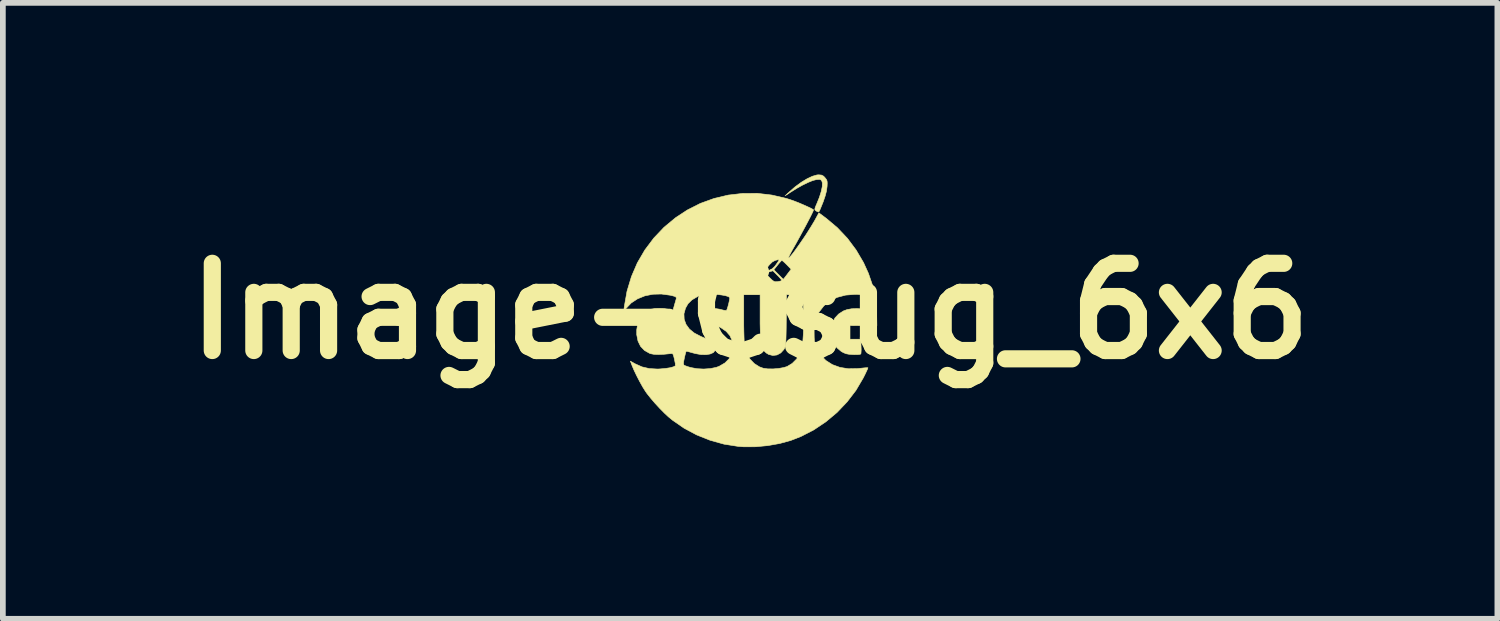
<source format=kicad_pcb>
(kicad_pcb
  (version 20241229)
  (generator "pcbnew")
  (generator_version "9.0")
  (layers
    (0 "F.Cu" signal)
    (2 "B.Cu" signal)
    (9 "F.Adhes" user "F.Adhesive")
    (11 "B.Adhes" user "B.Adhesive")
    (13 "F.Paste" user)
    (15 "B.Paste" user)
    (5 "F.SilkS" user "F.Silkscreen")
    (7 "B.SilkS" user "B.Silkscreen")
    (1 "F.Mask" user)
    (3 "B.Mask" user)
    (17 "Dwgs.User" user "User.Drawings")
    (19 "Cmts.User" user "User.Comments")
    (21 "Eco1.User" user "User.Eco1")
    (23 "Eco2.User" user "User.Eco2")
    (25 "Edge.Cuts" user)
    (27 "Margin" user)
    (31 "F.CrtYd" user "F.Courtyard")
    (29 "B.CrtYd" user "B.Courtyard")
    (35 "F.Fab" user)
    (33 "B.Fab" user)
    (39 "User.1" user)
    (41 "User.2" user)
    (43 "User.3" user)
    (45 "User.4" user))
  (footprint "Image-Csug_6x6"
    (layer "F.Cu")
    (at 10.058 2.386)
    (property "Reference" "Image-Csug_6x6" (at 0 0 0) (layer "F.SilkS") (effects (font (size 1.524 1.524) (thickness 0.3))))
    (attr through_hole)
    (fp_poly (pts (xy 1.25 -2.376) (xy 1.285 -2.357) (xy 1.31 -2.33) (xy 1.333 -2.301) (xy 1.345 -2.273) (xy 1.348 -2.238) (xy 1.346 -2.184) (xy 1.344 -2.167) (xy 1.334 -2.095) (xy 1.312 -2.011) (xy 1.278 -1.911) (xy 1.229 -1.79) (xy 1.212 -1.75) (xy 1.197 -1.732) (xy 1.173 -1.738) (xy 1.151 -1.752) (xy 1.135 -1.766) (xy 1.131 -1.781) (xy 1.137 -1.807) (xy 1.155 -1.852) (xy 1.162 -1.867) (xy 1.21 -1.985) (xy 1.243 -2.089) (xy 1.261 -2.174) (xy 1.263 -2.239) (xy 1.254 -2.27) (xy 1.239 -2.291) (xy 1.217 -2.3) (xy 1.179 -2.299) (xy 1.156 -2.297) (xy 1.094 -2.281) (xy 1.013 -2.248) (xy 0.916 -2.201) (xy 0.809 -2.141) (xy 0.706 -2.076) (xy 0.611 -2.014) (xy 0.683 -2.081) (xy 0.788 -2.172) (xy 0.894 -2.25) (xy 0.996 -2.312) (xy 1.089 -2.356) (xy 1.169 -2.379) (xy 1.201 -2.381) (xy 1.25 -2.376)) (stroke (width 0.01) (type solid)) (fill yes) (layer "F.SilkS"))
    (fp_poly (pts (xy 0.383 -2.027) (xy 0.635 -1.968) (xy 0.704 -1.946) (xy 0.772 -1.922) (xy 0.847 -1.893) (xy 0.924 -1.86) (xy 0.996 -1.828) (xy 1.056 -1.8) (xy 1.097 -1.778) (xy 1.109 -1.769) (xy 1.104 -1.753) (xy 1.086 -1.714) (xy 1.057 -1.655) (xy 1.018 -1.58) (xy 0.973 -1.494) (xy 0.922 -1.4) (xy 0.869 -1.302) (xy 0.815 -1.204) (xy 0.763 -1.111) (xy 0.742 -1.075) (xy 0.71 -1.016) (xy 0.685 -0.968) (xy 0.672 -0.936) (xy 0.671 -0.927) (xy 0.684 -0.934) (xy 0.712 -0.965) (xy 0.752 -1.014) (xy 0.8 -1.079) (xy 0.854 -1.155) (xy 0.912 -1.239) (xy 0.971 -1.326) (xy 1.027 -1.414) (xy 1.079 -1.498) (xy 1.124 -1.573) (xy 1.143 -1.608) (xy 1.202 -1.716) (xy 1.335 -1.617) (xy 1.526 -1.456) (xy 1.7 -1.272) (xy 1.853 -1.067) (xy 1.982 -0.848) (xy 2.068 -0.659) (xy 2.139 -0.452) (xy 2.185 -0.253) (xy 2.208 -0.053) (xy 2.212 0.045) (xy 2.215 0.257) (xy 1.98 0.255) (xy 1.746 0.253) (xy 1.746 0.492) (xy 1.934 0.492) (xy 1.939 0.613) (xy 1.941 0.673) (xy 1.939 0.721) (xy 1.936 0.748) (xy 1.935 0.75) (xy 1.914 0.757) (xy 1.869 0.761) (xy 1.805 0.76) (xy 1.799 0.76) (xy 1.728 0.755) (xy 1.676 0.745) (xy 1.632 0.727) (xy 1.594 0.706) (xy 1.518 0.641) (xy 1.462 0.556) (xy 1.43 0.455) (xy 1.421 0.343) (xy 1.437 0.225) (xy 1.443 0.203) (xy 1.482 0.122) (xy 1.547 0.052) (xy 1.631 -0.002) (xy 1.693 -0.025) (xy 1.773 -0.04) (xy 1.867 -0.044) (xy 1.96 -0.037) (xy 2.041 -0.021) (xy 2.057 -0.016) (xy 2.094 -0.006) (xy 2.12 -0.006) (xy 2.132 -0.024) (xy 2.146 -0.064) (xy 2.159 -0.115) (xy 2.169 -0.166) (xy 2.173 -0.208) (xy 2.17 -0.227) (xy 2.149 -0.244) (xy 2.103 -0.26) (xy 2.038 -0.275) (xy 1.961 -0.285) (xy 1.88 -0.291) (xy 1.834 -0.292) (xy 1.669 -0.279) (xy 1.522 -0.24) (xy 1.395 -0.178) (xy 1.289 -0.091) (xy 1.203 0.019) (xy 1.17 0.078) (xy 1.149 0.124) (xy 1.134 0.162) (xy 1.125 0.201) (xy 1.121 0.249) (xy 1.119 0.314) (xy 1.119 0.373) (xy 1.12 0.457) (xy 1.123 0.518) (xy 1.129 0.563) (xy 1.139 0.601) (xy 1.155 0.641) (xy 1.16 0.652) (xy 1.232 0.769) (xy 1.325 0.864) (xy 1.438 0.936) (xy 1.57 0.984) (xy 1.717 1.008) (xy 1.88 1.005) (xy 1.922 1.001) (xy 1.983 0.994) (xy 2.03 0.99) (xy 2.057 0.99) (xy 2.059 0.99) (xy 2.055 1.006) (xy 2.038 1.044) (xy 2.012 1.099) (xy 1.979 1.165) (xy 1.977 1.169) (xy 1.85 1.385) (xy 1.696 1.586) (xy 1.52 1.771) (xy 1.324 1.935) (xy 1.112 2.077) (xy 0.888 2.192) (xy 0.711 2.261) (xy 0.518 2.314) (xy 0.31 2.351) (xy 0.097 2.371) (xy -0.109 2.372) (xy -0.206 2.365) (xy -0.454 2.326) (xy -0.698 2.258) (xy -0.932 2.165) (xy -1.153 2.047) (xy -1.354 1.908) (xy -1.425 1.85) (xy -1.498 1.782) (xy -1.58 1.699) (xy -1.662 1.61) (xy -1.738 1.521) (xy -1.801 1.442) (xy -1.827 1.405) (xy -1.876 1.327) (xy -1.929 1.232) (xy -1.982 1.13) (xy -2.028 1.034) (xy -2.062 0.954) (xy -2.092 0.875) (xy -2.01 0.921) (xy -1.89 0.975) (xy -1.762 1.005) (xy -1.618 1.013) (xy -1.572 1.011) (xy -1.475 1.002) (xy -1.397 0.99) (xy -1.339 0.974) (xy -1.308 0.957) (xy -1.303 0.946) (xy -1.305 0.93) (xy -1.164 0.93) (xy -1.159 0.942) (xy -1.137 0.954) (xy -1.093 0.97) (xy -1.037 0.987) (xy -1.036 0.987) (xy -0.928 1.007) (xy -0.811 1.013) (xy -0.695 1.005) (xy -0.592 0.984) (xy -0.54 0.965) (xy -0.439 0.906) (xy -0.367 0.834) (xy -0.322 0.746) (xy -0.303 0.642) (xy -0.302 0.615) (xy -0.314 0.516) (xy -0.352 0.43) (xy -0.417 0.355) (xy -0.511 0.29) (xy -0.625 0.237) (xy -0.721 0.195) (xy -0.79 0.158) (xy -0.833 0.122) (xy -0.854 0.086) (xy -0.857 0.064) (xy -0.843 0.012) (xy -0.803 -0.024) (xy -0.736 -0.044) (xy -0.675 -0.048) (xy -0.606 -0.044) (xy -0.535 -0.033) (xy -0.499 -0.024) (xy -0.453 -0.013) (xy -0.421 -0.01) (xy -0.412 -0.012) (xy -0.401 -0.035) (xy -0.388 -0.077) (xy -0.374 -0.129) (xy -0.363 -0.179) (xy -0.356 -0.219) (xy -0.356 -0.237) (xy -0.382 -0.254) (xy -0.433 -0.27) (xy -0.503 -0.282) (xy -0.538 -0.286) (xy -0.111 -0.286) (xy -0.111 0.133) (xy -0.111 0.25) (xy -0.109 0.361) (xy -0.106 0.461) (xy -0.103 0.545) (xy -0.099 0.606) (xy -0.095 0.636) (xy -0.061 0.743) (xy -0.003 0.838) (xy 0.074 0.918) (xy 0.164 0.975) (xy 0.23 0.999) (xy 0.308 1.01) (xy 0.402 1.011) (xy 0.499 1.003) (xy 0.588 0.987) (xy 0.647 0.969) (xy 0.736 0.915) (xy 0.814 0.837) (xy 0.872 0.745) (xy 0.875 0.737) (xy 0.896 0.678) (xy 0.912 0.604) (xy 0.923 0.511) (xy 0.931 0.396) (xy 0.934 0.256) (xy 0.934 0.089) (xy 0.933 0.071) (xy 0.929 -0.278) (xy 0.783 -0.282) (xy 0.637 -0.287) (xy 0.632 0.162) (xy 0.631 0.293) (xy 0.629 0.397) (xy 0.627 0.476) (xy 0.625 0.536) (xy 0.621 0.579) (xy 0.616 0.611) (xy 0.609 0.634) (xy 0.601 0.653) (xy 0.59 0.671) (xy 0.589 0.673) (xy 0.536 0.731) (xy 0.47 0.767) (xy 0.397 0.776) (xy 0.325 0.758) (xy 0.321 0.756) (xy 0.282 0.732) (xy 0.25 0.702) (xy 0.225 0.663) (xy 0.206 0.612) (xy 0.193 0.545) (xy 0.183 0.459) (xy 0.178 0.351) (xy 0.175 0.216) (xy 0.175 0.1) (xy 0.175 -0.286) (xy -0.111 -0.286) (xy -0.538 -0.286) (xy -0.585 -0.291) (xy -0.673 -0.294) (xy -0.675 -0.294) (xy -0.753 -0.293) (xy -0.81 -0.288) (xy -0.855 -0.279) (xy -0.898 -0.263) (xy -0.921 -0.252) (xy -1.016 -0.196) (xy -1.085 -0.128) (xy -1.129 -0.05) (xy -1.156 0.048) (xy -1.152 0.143) (xy -1.12 0.232) (xy -1.061 0.314) (xy -0.975 0.384) (xy -0.865 0.441) (xy -0.859 0.444) (xy -0.756 0.488) (xy -0.681 0.527) (xy -0.632 0.565) (xy -0.607 0.605) (xy -0.602 0.647) (xy -0.613 0.69) (xy -0.643 0.726) (xy -0.698 0.75) (xy -0.771 0.762) (xy -0.859 0.76) (xy -0.955 0.743) (xy -1.008 0.729) (xy -1.061 0.714) (xy -1.1 0.704) (xy -1.118 0.701) (xy -1.118 0.701) (xy -1.123 0.718) (xy -1.134 0.758) (xy -1.147 0.812) (xy -1.148 0.817) (xy -1.162 0.887) (xy -1.164 0.93) (xy -1.305 0.93) (xy -1.306 0.922) (xy -1.315 0.878) (xy -1.324 0.833) (xy -1.337 0.781) (xy -1.348 0.753) (xy -1.363 0.742) (xy -1.383 0.743) (xy -1.506 0.755) (xy -1.603 0.759) (xy -1.679 0.756) (xy -1.737 0.745) (xy -1.755 0.739) (xy -1.845 0.688) (xy -1.914 0.616) (xy -1.959 0.524) (xy -1.981 0.413) (xy -1.981 0.327) (xy -1.961 0.208) (xy -1.919 0.111) (xy -1.855 0.035) (xy -1.771 -0.017) (xy -1.729 -0.032) (xy -1.665 -0.043) (xy -1.586 -0.046) (xy -1.504 -0.043) (xy -1.434 -0.032) (xy -1.409 -0.025) (xy -1.35 -0.004) (xy -1.332 -0.069) (xy -1.317 -0.123) (xy -1.302 -0.173) (xy -1.3 -0.181) (xy -1.29 -0.216) (xy -1.291 -0.238) (xy -1.308 -0.253) (xy -1.346 -0.265) (xy -1.396 -0.277) (xy -1.55 -0.298) (xy -1.699 -0.294) (xy -1.839 -0.266) (xy -1.967 -0.214) (xy -2.078 -0.141) (xy -2.168 -0.046) (xy -2.17 -0.044) (xy -2.208 0.008) (xy -2.198 -0.079) (xy -2.151 -0.346) (xy -2.074 -0.601) (xy -2.049 -0.66) (xy 0.27 -0.66) (xy 0.28 -0.647) (xy 0.308 -0.618) (xy 0.345 -0.58) (xy 0.387 -0.54) (xy 0.417 -0.519) (xy 0.444 -0.512) (xy 0.478 -0.514) (xy 0.484 -0.515) (xy 0.525 -0.523) (xy 0.551 -0.531) (xy 0.554 -0.533) (xy 0.548 -0.547) (xy 0.523 -0.577) (xy 0.486 -0.617) (xy 0.48 -0.622) (xy 0.399 -0.704) (xy 0.334 -0.685) (xy 0.295 -0.672) (xy 0.272 -0.662) (xy 0.27 -0.66) (xy -2.049 -0.66) (xy -2.035 -0.692) (xy 0.254 -0.692) (xy 0.267 -0.692) (xy 0.301 -0.701) (xy 0.325 -0.709) (xy 0.353 -0.722) (xy 0.415 -0.722) (xy 0.497 -0.639) (xy 0.536 -0.599) (xy 0.566 -0.569) (xy 0.581 -0.556) (xy 0.581 -0.556) (xy 0.591 -0.567) (xy 0.615 -0.598) (xy 0.648 -0.641) (xy 0.65 -0.644) (xy 0.717 -0.732) (xy 0.64 -0.811) (xy 0.601 -0.849) (xy 0.57 -0.876) (xy 0.553 -0.885) (xy 0.553 -0.885) (xy 0.538 -0.871) (xy 0.51 -0.84) (xy 0.479 -0.802) (xy 0.415 -0.722) (xy 0.353 -0.722) (xy 0.38 -0.735) (xy 0.427 -0.777) (xy 0.454 -0.812) (xy 0.483 -0.854) (xy 0.502 -0.885) (xy 0.505 -0.897) (xy 0.487 -0.897) (xy 0.451 -0.889) (xy 0.44 -0.886) (xy 0.39 -0.86) (xy 0.34 -0.812) (xy 0.317 -0.784) (xy 0.285 -0.74) (xy 0.262 -0.707) (xy 0.254 -0.692) (xy -2.035 -0.692) (xy -1.971 -0.841) (xy -1.84 -1.066) (xy -1.684 -1.274) (xy -1.504 -1.464) (xy -1.3 -1.633) (xy -1.097 -1.766) (xy -0.87 -1.881) (xy -0.63 -1.968) (xy -0.382 -2.027) (xy -0.128 -2.056) (xy 0.128 -2.057) (xy 0.383 -2.027)) (stroke (width 0.01) (type solid)) (fill yes) (layer "F.SilkS")))
  (gr_rect
    (start -3 -3)
    (end 23.117 7.763)
    (stroke (width 0.1) (type default))
    (fill no)
    (layer "Edge.Cuts")))
</source>
